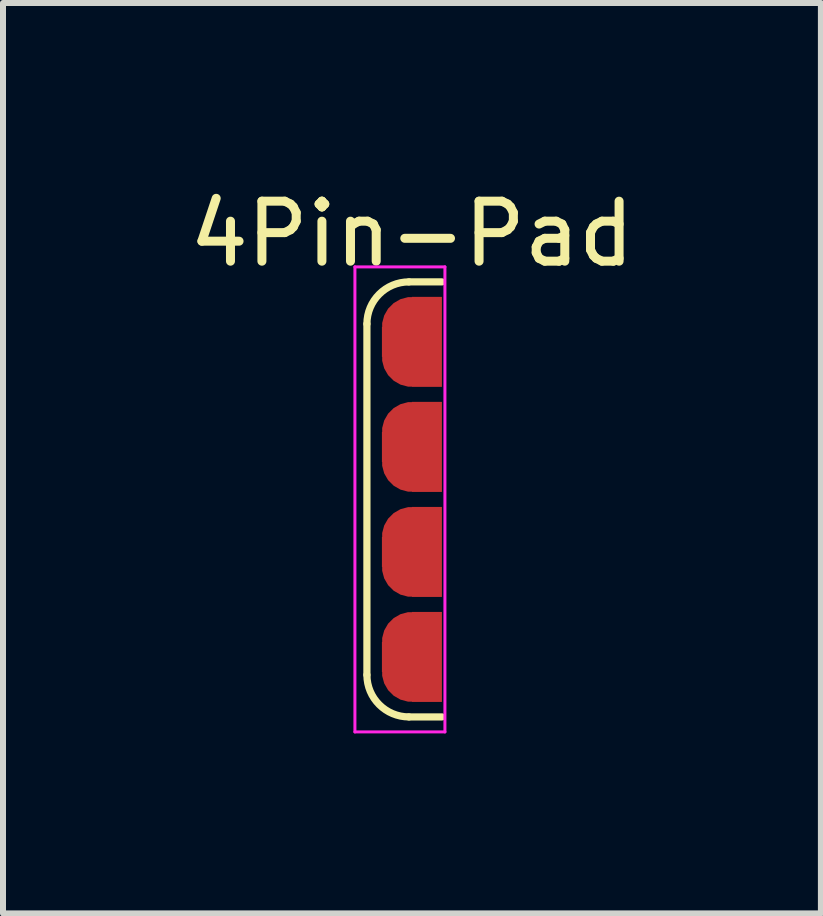
<source format=kicad_pcb>
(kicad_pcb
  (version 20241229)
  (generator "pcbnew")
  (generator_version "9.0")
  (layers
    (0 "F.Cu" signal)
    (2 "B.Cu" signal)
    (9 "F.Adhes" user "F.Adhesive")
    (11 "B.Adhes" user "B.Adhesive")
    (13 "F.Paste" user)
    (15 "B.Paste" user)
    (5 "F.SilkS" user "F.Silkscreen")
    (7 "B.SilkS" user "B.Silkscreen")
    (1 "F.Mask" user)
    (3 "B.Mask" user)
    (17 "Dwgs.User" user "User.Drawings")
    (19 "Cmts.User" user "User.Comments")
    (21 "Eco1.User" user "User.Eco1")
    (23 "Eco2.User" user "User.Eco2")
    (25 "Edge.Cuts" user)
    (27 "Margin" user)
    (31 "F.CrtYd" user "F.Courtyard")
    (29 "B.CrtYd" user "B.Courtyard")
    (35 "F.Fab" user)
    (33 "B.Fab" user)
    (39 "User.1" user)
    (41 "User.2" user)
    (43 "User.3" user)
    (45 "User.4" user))
  (footprint "4Pin-Pad"
    (layer "F.Cu")
    (at 3.815 5.298)
    (property "Reference" "4Pin-Pad" (at 0 -4.45 0) (layer "F.SilkS") (effects (font (size 1 1) (thickness 0.15))))
    (attr exclude_from_pos_files exclude_from_bom)
    (fp_line (start -0.75 2.9) (end -0.75 -2.95) (stroke (width 0.12) (type solid)) (layer "F.SilkS"))
    (fp_line (start -0.05 -3.65) (end 0.5 -3.65) (stroke (width 0.12) (type solid)) (layer "F.SilkS"))
    (fp_line (start 0.5 3.6) (end -0.05 3.6) (stroke (width 0.12) (type solid)) (layer "F.SilkS"))
    (fp_arc (start -0.75 -2.95) (mid -0.544975 -3.444975) (end -0.05 -3.65) (stroke (width 0.12) (type solid)) (layer "F.SilkS"))
    (fp_arc (start -0.05 3.6) (mid -0.544975 3.394975) (end -0.75 2.9) (stroke (width 0.12) (type solid)) (layer "F.SilkS"))
    (fp_line (start -0.95 -3.9) (end -0.95 3.85) (stroke (width 0.05) (type solid)) (layer "F.CrtYd"))
    (fp_line (start -0.95 -3.9) (end 0.55 -3.9) (stroke (width 0.05) (type solid)) (layer "F.CrtYd"))
    (fp_line (start 0.55 3.85) (end -0.95 3.85) (stroke (width 0.05) (type solid)) (layer "F.CrtYd"))
    (fp_line (start 0.55 3.85) (end 0.55 -3.9) (stroke (width 0.05) (type solid)) (layer "F.CrtYd"))
    (pad "1" smd custom (at 0 -2.65) (size 1 0.5) (layers "F.Cu" "F.Mask") (options (anchor rect)) (primitives (gr_circle (center 0 0.25) (end 0.5 0.25) (width 0) (fill yes)) (gr_circle (center 0 -0.25) (end 0.5 -0.25) (width 0) (fill yes)) (gr_poly (pts (xy 0 -0.75) (xy 0.5 -0.75) (xy 0.5 0.75) (xy 0 0.75)) (width 0) (fill yes))))
    (pad "2" smd custom (at 0 -0.9 180) (size 1 0.5) (layers "F.Cu" "F.Mask") (options (anchor rect)) (primitives (gr_circle (center 0 0.25) (end 0.5 0.25) (width 0) (fill yes)) (gr_circle (center 0 -0.25) (end 0.5 -0.25) (width 0) (fill yes)) (gr_poly (pts (xy 0 -0.75) (xy -0.5 -0.75) (xy -0.5 0.75) (xy 0 0.75)) (width 0) (fill yes))))
    (pad "3" smd custom (at 0 0.85 180) (size 1 0.5) (layers "F.Cu" "F.Mask") (options (anchor rect)) (primitives (gr_circle (center 0 0.25) (end 0.5 0.25) (width 0) (fill yes)) (gr_circle (center 0 -0.25) (end 0.5 -0.25) (width 0) (fill yes)) (gr_poly (pts (xy 0 -0.75) (xy -0.5 -0.75) (xy -0.5 0.75) (xy 0 0.75)) (width 0) (fill yes))))
    (pad "4" smd custom (at 0 2.6 180) (size 1 0.5) (layers "F.Cu" "F.Mask") (options (anchor rect)) (primitives (gr_circle (center 0 0.25) (end 0.5 0.25) (width 0) (fill yes)) (gr_circle (center 0 -0.25) (end 0.5 -0.25) (width 0) (fill yes)) (gr_poly (pts (xy 0 -0.75) (xy -0.5 -0.75) (xy -0.5 0.75) (xy 0 0.75)) (width 0) (fill yes)))))
  (gr_rect
    (start -3 -3)
    (end 10.631 12.173)
    (stroke (width 0.1) (type default))
    (fill no)
    (layer "Edge.Cuts")))
</source>
